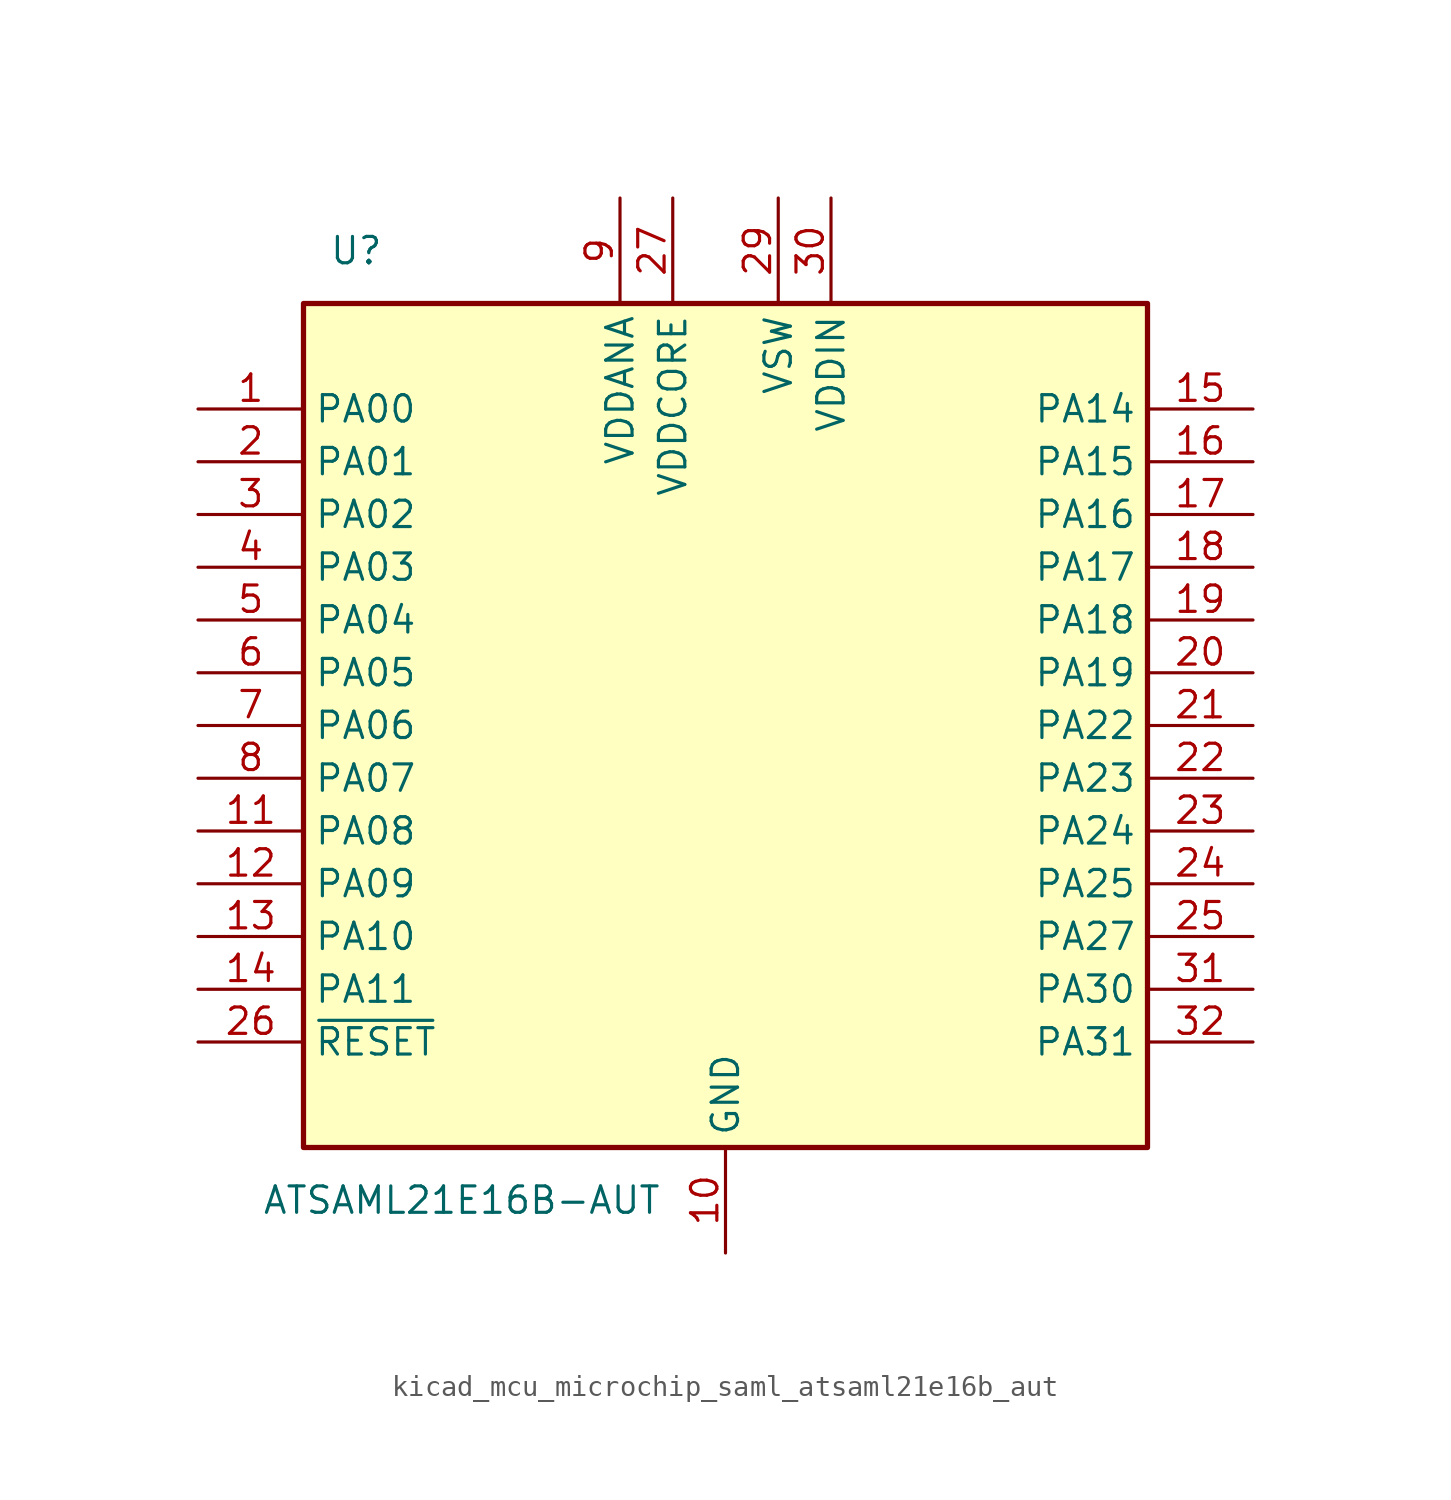
<source format=kicad_sym>
(kicad_symbol_lib
  (version 20220914)
  (generator kicad_symbol_editor)
  (symbol "kicad_mcu_microchip_saml_atsaml21e16b_aut"
    (property "Reference" "U"
      (at -17.78 22.86 0)
      (effects (font (size 1.27 1.27))))
    (property "Value" "ATSAML21E16B-AUT"
      (at -12.7 -22.86 0)
      (effects (font (size 1.27 1.27))))
    (symbol "kicad_mcu_microchip_saml_atsaml21e16b_aut_0_1"
      (rectangle (start -20.32 20.32) (end 20.32 -20.32) (stroke (width 0.254) (type default)) (fill (type background))))
    (symbol "kicad_mcu_microchip_saml_atsaml21e16b_aut_1_1"
      (pin bidirectional line (at -25.4 15.24 0) (length 5.08) (name "PA00" (effects (font (size 1.27 1.27)))) (number "1" (effects (font (size 1.27 1.27)))))
      (pin power_in line (at 0 -25.4 90) (length 5.08) (name "GND" (effects (font (size 1.27 1.27)))) (number "10" (effects (font (size 1.27 1.27)))))
      (pin bidirectional line (at -25.4 -5.08 0) (length 5.08) (name "PA08" (effects (font (size 1.27 1.27)))) (number "11" (effects (font (size 1.27 1.27)))))
      (pin bidirectional line (at -25.4 -7.62 0) (length 5.08) (name "PA09" (effects (font (size 1.27 1.27)))) (number "12" (effects (font (size 1.27 1.27)))))
      (pin bidirectional line (at -25.4 -10.16 0) (length 5.08) (name "PA10" (effects (font (size 1.27 1.27)))) (number "13" (effects (font (size 1.27 1.27)))))
      (pin bidirectional line (at -25.4 -12.7 0) (length 5.08) (name "PA11" (effects (font (size 1.27 1.27)))) (number "14" (effects (font (size 1.27 1.27)))))
      (pin bidirectional line (at 25.4 15.24 180) (length 5.08) (name "PA14" (effects (font (size 1.27 1.27)))) (number "15" (effects (font (size 1.27 1.27)))))
      (pin bidirectional line (at 25.4 12.7 180) (length 5.08) (name "PA15" (effects (font (size 1.27 1.27)))) (number "16" (effects (font (size 1.27 1.27)))))
      (pin bidirectional line (at 25.4 10.16 180) (length 5.08) (name "PA16" (effects (font (size 1.27 1.27)))) (number "17" (effects (font (size 1.27 1.27)))))
      (pin bidirectional line (at 25.4 7.62 180) (length 5.08) (name "PA17" (effects (font (size 1.27 1.27)))) (number "18" (effects (font (size 1.27 1.27)))))
      (pin bidirectional line (at 25.4 5.08 180) (length 5.08) (name "PA18" (effects (font (size 1.27 1.27)))) (number "19" (effects (font (size 1.27 1.27)))))
      (pin bidirectional line (at -25.4 12.7 0) (length 5.08) (name "PA01" (effects (font (size 1.27 1.27)))) (number "2" (effects (font (size 1.27 1.27)))))
      (pin bidirectional line (at 25.4 2.54 180) (length 5.08) (name "PA19" (effects (font (size 1.27 1.27)))) (number "20" (effects (font (size 1.27 1.27)))))
      (pin bidirectional line (at 25.4 0 180) (length 5.08) (name "PA22" (effects (font (size 1.27 1.27)))) (number "21" (effects (font (size 1.27 1.27)))))
      (pin bidirectional line (at 25.4 -2.54 180) (length 5.08) (name "PA23" (effects (font (size 1.27 1.27)))) (number "22" (effects (font (size 1.27 1.27)))))
      (pin bidirectional line (at 25.4 -5.08 180) (length 5.08) (name "PA24" (effects (font (size 1.27 1.27)))) (number "23" (effects (font (size 1.27 1.27)))))
      (pin bidirectional line (at 25.4 -7.62 180) (length 5.08) (name "PA25" (effects (font (size 1.27 1.27)))) (number "24" (effects (font (size 1.27 1.27)))))
      (pin bidirectional line (at 25.4 -10.16 180) (length 5.08) (name "PA27" (effects (font (size 1.27 1.27)))) (number "25" (effects (font (size 1.27 1.27)))))
      (pin input line (at -25.4 -15.24 0) (length 5.08) (name "~{RESET}" (effects (font (size 1.27 1.27)))) (number "26" (effects (font (size 1.27 1.27)))))
      (pin power_in line (at -2.54 25.4 270) (length 5.08) (name "VDDCORE" (effects (font (size 1.27 1.27)))) (number "27" (effects (font (size 1.27 1.27)))))
      (pin passive line (at 0 -25.4 90) (length 5.08) hide (name "GND" (effects (font (size 1.27 1.27)))) (number "28" (effects (font (size 1.27 1.27)))))
      (pin power_out line (at 2.54 25.4 270) (length 5.08) (name "VSW" (effects (font (size 1.27 1.27)))) (number "29" (effects (font (size 1.27 1.27)))))
      (pin bidirectional line (at -25.4 10.16 0) (length 5.08) (name "PA02" (effects (font (size 1.27 1.27)))) (number "3" (effects (font (size 1.27 1.27)))))
      (pin power_in line (at 5.08 25.4 270) (length 5.08) (name "VDDIN" (effects (font (size 1.27 1.27)))) (number "30" (effects (font (size 1.27 1.27)))))
      (pin bidirectional line (at 25.4 -12.7 180) (length 5.08) (name "PA30" (effects (font (size 1.27 1.27)))) (number "31" (effects (font (size 1.27 1.27)))))
      (pin bidirectional line (at 25.4 -15.24 180) (length 5.08) (name "PA31" (effects (font (size 1.27 1.27)))) (number "32" (effects (font (size 1.27 1.27)))))
      (pin bidirectional line (at -25.4 7.62 0) (length 5.08) (name "PA03" (effects (font (size 1.27 1.27)))) (number "4" (effects (font (size 1.27 1.27)))))
      (pin bidirectional line (at -25.4 5.08 0) (length 5.08) (name "PA04" (effects (font (size 1.27 1.27)))) (number "5" (effects (font (size 1.27 1.27)))))
      (pin bidirectional line (at -25.4 2.54 0) (length 5.08) (name "PA05" (effects (font (size 1.27 1.27)))) (number "6" (effects (font (size 1.27 1.27)))))
      (pin bidirectional line (at -25.4 0 0) (length 5.08) (name "PA06" (effects (font (size 1.27 1.27)))) (number "7" (effects (font (size 1.27 1.27)))))
      (pin bidirectional line (at -25.4 -2.54 0) (length 5.08) (name "PA07" (effects (font (size 1.27 1.27)))) (number "8" (effects (font (size 1.27 1.27)))))
      (pin power_in line (at -5.08 25.4 270) (length 5.08) (name "VDDANA" (effects (font (size 1.27 1.27)))) (number "9" (effects (font (size 1.27 1.27))))))))
</source>
